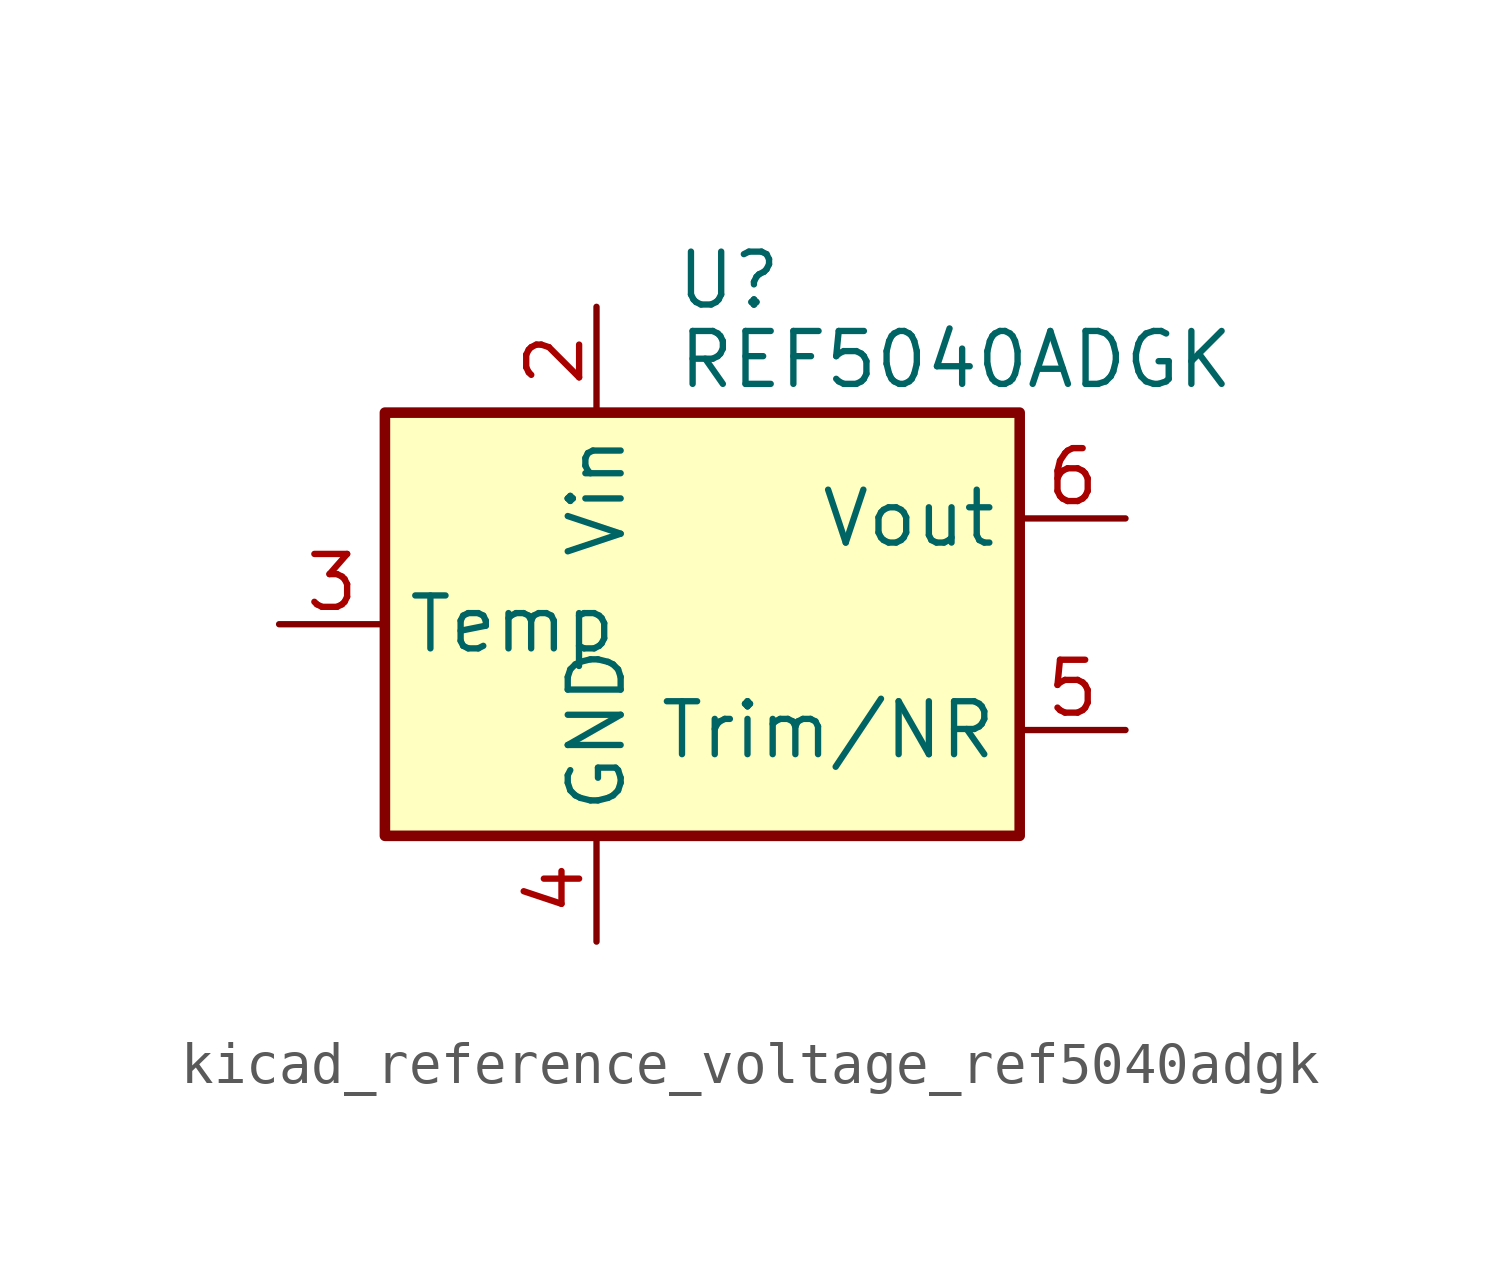
<source format=kicad_sym>
(kicad_symbol_lib
  (version 20220914)
  (generator kicad_symbol_editor)
  (symbol "kicad_reference_voltage_ref5040adgk"
    (property "Reference" "U"
      (at 0.635 8.255 0)
      (effects (font (size 1.27 1.27))))
    (property "Value" "REF5040ADGK"
      (at -0.635 6.35 0)
      (effects (font (size 1.27 1.27)) (justify left)))
    (symbol "kicad_reference_voltage_ref5040adgk_0_1"
      (rectangle (start -7.62 5.08) (end 7.62 -5.08) (stroke (width 0.254) (type default)) (fill (type background))))
    (symbol "kicad_reference_voltage_ref5040adgk_1_1"
      (pin no_connect line (at -7.62 2.54 0) (length 2.54) hide (name "DNC" (effects (font (size 1.27 1.27)))) (number "1" (effects (font (size 1.27 1.27)))))
      (pin power_in line (at -2.54 7.62 270) (length 2.54) (name "Vin" (effects (font (size 1.27 1.27)))) (number "2" (effects (font (size 1.27 1.27)))))
      (pin passive line (at -10.16 0 0) (length 2.54) (name "Temp" (effects (font (size 1.27 1.27)))) (number "3" (effects (font (size 1.27 1.27)))))
      (pin power_in line (at -2.54 -7.62 90) (length 2.54) (name "GND" (effects (font (size 1.27 1.27)))) (number "4" (effects (font (size 1.27 1.27)))))
      (pin passive line (at 10.16 -2.54 180) (length 2.54) (name "Trim/NR" (effects (font (size 1.27 1.27)))) (number "5" (effects (font (size 1.27 1.27)))))
      (pin power_out line (at 10.16 2.54 180) (length 2.54) (name "Vout" (effects (font (size 1.27 1.27)))) (number "6" (effects (font (size 1.27 1.27)))))
      (pin no_connect line (at -5.08 -5.08 90) (length 2.54) hide (name "NC" (effects (font (size 1.27 1.27)))) (number "7" (effects (font (size 1.27 1.27)))))
      (pin no_connect line (at 7.62 0 180) (length 2.54) hide (name "DNC" (effects (font (size 1.27 1.27)))) (number "8" (effects (font (size 1.27 1.27))))))))
</source>
